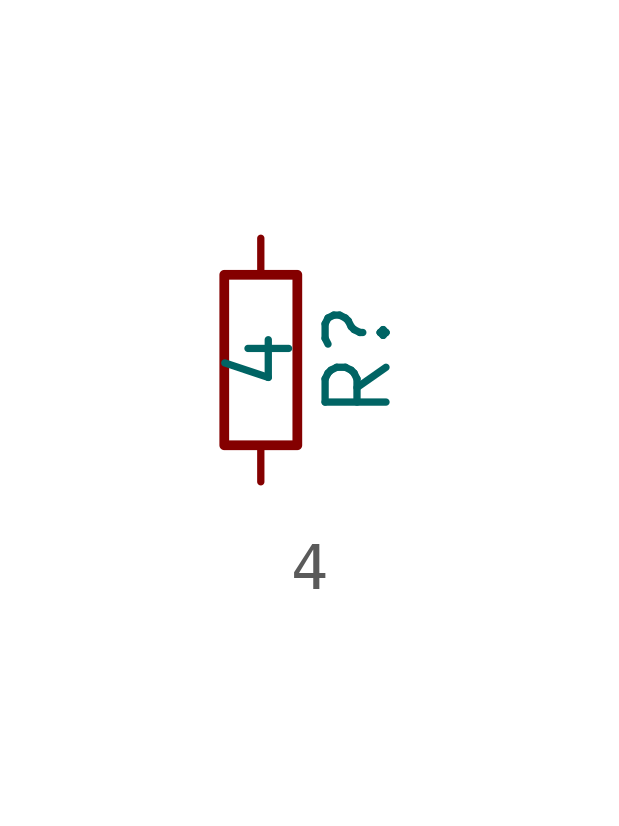
<source format=kicad_sym>
(kicad_symbol_lib
  (version 20220914)
  (generator kicad_symbol_editor)
  (symbol "4"
    (pin_numbers hide)
    (pin_names
      (offset 1.016) hide)
    (property "Reference" "R"
      (at 2.032 0 90)
      (effects (font (size 1.27 1.27))))
    (property "Value" "4"
      (at 0 0 90)
      (effects (font (size 1.27 1.27))))
    (symbol "4_0_1"
      (rectangle (start -0.762 1.778) (end 0.762 -1.778) (stroke (width 0.203) (type solid)) (fill (type none))))
    (symbol "4_1_1"
      (pin passive line (at 0 2.54 270) (length 0.762) (name "~" (effects (font (size 1.27 1.27)))) (number "1" (effects (font (size 1.27 1.27)))))
      (pin passive line (at 0 -2.54 90) (length 0.762) (name "~" (effects (font (size 1.27 1.27)))) (number "2" (effects (font (size 1.27 1.27))))))))
</source>
